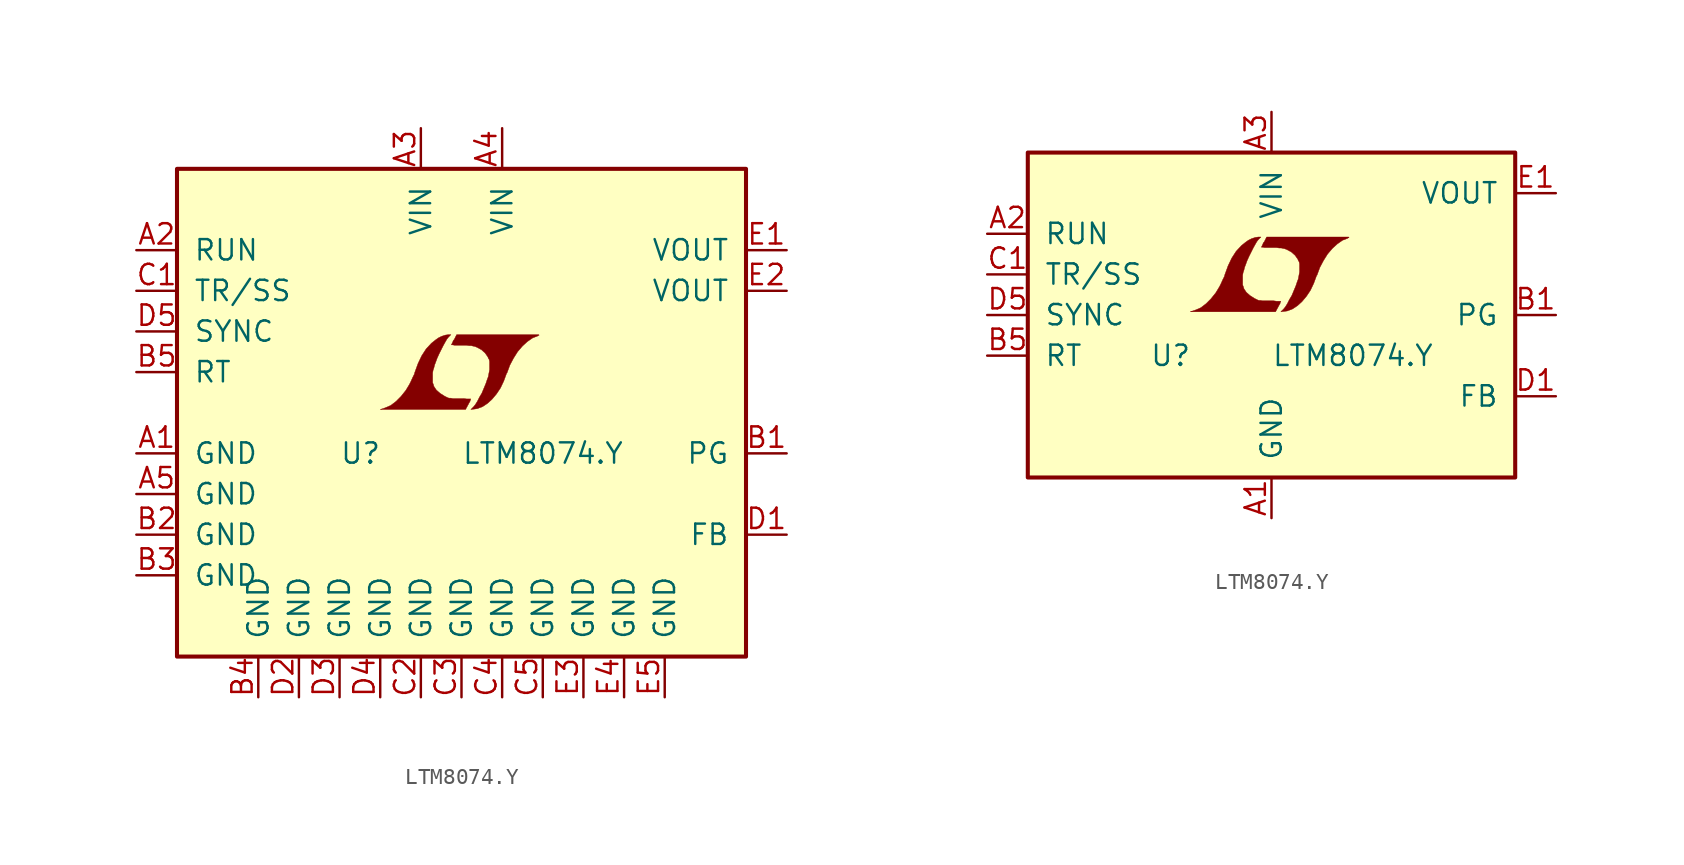
<source format=kicad_sym>
(kicad_symbol_lib
  (version 20201005)
  (generator kicad_symbol_editor)
  (symbol "LTM8074.Y"
    (pin_names
      (offset 1.016))
    (property "Reference" "U"
      (at -7.62 -2.54 0)
      (effects (font (size 1.27 1.27)) (justify left)))
    (property "Value" "LTM8074.Y"
      (at 0 -2.54 0)
      (effects (font (size 1.27 1.27)) (justify left)))
    (symbol "LTM8074.Y_0_0"
      (polyline (pts (xy 0.432 0.533) (xy 0.457 0.584) (xy 0.533 0.711) (xy 0.559 0.813) (xy 0.584 0.864) (xy 0.305 0.864) (xy 0.127 0.889) (xy -0.559 0.889) (xy -0.686 0.914) (xy -0.787 0.914) (xy -0.864 0.94) (xy -1.067 1.041) (xy -1.346 1.219) (xy -1.575 1.422) (xy -1.727 1.651) (xy -1.753 1.753) (xy -1.803 1.88) (xy -1.803 2.489) (xy -1.778 2.642) (xy -1.727 2.794) (xy -1.676 2.997) (xy -1.626 3.124) (xy -1.524 3.404) (xy -1.397 3.683) (xy -1.143 4.191) (xy -1.016 4.42) (xy -0.914 4.597) (xy -0.813 4.724) (xy -0.66 4.877) (xy -0.838 4.877) (xy -1.016 4.851) (xy -1.245 4.775) (xy -1.448 4.674) (xy -1.626 4.547) (xy -1.88 4.343) (xy -2.21 3.988) (xy -2.489 3.556) (xy -2.718 3.073) (xy -2.921 2.515) (xy -2.946 2.413) (xy -3.048 2.21) (xy -3.15 1.981) (xy -3.251 1.778) (xy -3.48 1.397) (xy -3.785 1.016) (xy -4.089 0.711) (xy -4.42 0.457) (xy -4.775 0.305) (xy -5.08 0.203) (xy 0.254 0.203) (xy 0.432 0.533)) (stroke (width 0.025)) (fill (type outline)))
      (polyline (pts (xy 0.813 0.229) (xy 0.991 0.254) (xy 1.321 0.381) (xy 1.626 0.584) (xy 1.905 0.838) (xy 2.184 1.168) (xy 2.438 1.549) (xy 2.642 1.981) (xy 2.819 2.464) (xy 2.845 2.489) (xy 3.023 2.972) (xy 3.251 3.404) (xy 3.505 3.81) (xy 3.81 4.166) (xy 4.115 4.445) (xy 4.445 4.674) (xy 4.775 4.801) (xy 4.775 4.826) (xy 4.826 4.826) (xy 4.851 4.851) (xy 4.826 4.877) (xy -0.305 4.877) (xy -0.457 4.572) (xy -0.508 4.521) (xy -0.559 4.394) (xy -0.635 4.242) (xy -0.559 4.242) (xy -0.432 4.216) (xy 0.305 4.216) (xy 0.483 4.191) (xy 0.61 4.191) (xy 0.711 4.166) (xy 0.838 4.14) (xy 0.965 4.089) (xy 1.245 3.937) (xy 1.473 3.734) (xy 1.651 3.48) (xy 1.676 3.404) (xy 1.727 3.327) (xy 1.753 3.2) (xy 1.753 2.692) (xy 1.727 2.54) (xy 1.702 2.413) (xy 1.676 2.261) (xy 1.6 2.057) (xy 1.524 1.829) (xy 1.27 1.219) (xy 1.118 0.965) (xy 0.991 0.711) (xy 0.864 0.508) (xy 0.762 0.381) (xy 0.584 0.203) (xy 0.813 0.229)) (stroke (width 0.025)) (fill (type outline))))
    (symbol "LTM8074.Y_0_1"
      (rectangle (start -17.78 15.24) (end 17.78 -15.24) (stroke (width 0.254)) (fill (type background))))
    (symbol "LTM8074.Y_0_2"
      (rectangle (start -15.24 10.16) (end 15.24 -10.16) (stroke (width 0.254)) (fill (type background))))
    (symbol "LTM8074.Y_1_1"
      (pin power_in line (at -20.32 -2.54 0) (length 2.54) (name "GND" (effects (font (size 1.27 1.27)))) (number "A1" (effects (font (size 1.27 1.27)))))
      (pin input line (at -20.32 10.16 0) (length 2.54) (name "RUN" (effects (font (size 1.27 1.27)))) (number "A2" (effects (font (size 1.27 1.27)))))
      (pin power_in line (at -2.54 17.78 270) (length 2.54) (name "VIN" (effects (font (size 1.27 1.27)))) (number "A3" (effects (font (size 1.27 1.27)))))
      (pin power_in line (at 2.54 17.78 270) (length 2.54) (name "VIN" (effects (font (size 1.27 1.27)))) (number "A4" (effects (font (size 1.27 1.27)))))
      (pin power_in line (at -20.32 -5.08 0) (length 2.54) (name "GND" (effects (font (size 1.27 1.27)))) (number "A5" (effects (font (size 1.27 1.27)))))
      (pin open_collector line (at 20.32 -2.54 180) (length 2.54) (name "PG" (effects (font (size 1.27 1.27)))) (number "B1" (effects (font (size 1.27 1.27)))))
      (pin power_in line (at -20.32 -7.62 0) (length 2.54) (name "GND" (effects (font (size 1.27 1.27)))) (number "B2" (effects (font (size 1.27 1.27)))))
      (pin power_in line (at -20.32 -10.16 0) (length 2.54) (name "GND" (effects (font (size 1.27 1.27)))) (number "B3" (effects (font (size 1.27 1.27)))))
      (pin power_in line (at -12.7 -17.78 90) (length 2.54) (name "GND" (effects (font (size 1.27 1.27)))) (number "B4" (effects (font (size 1.27 1.27)))))
      (pin passive line (at -20.32 2.54 0) (length 2.54) (name "RT" (effects (font (size 1.27 1.27)))) (number "B5" (effects (font (size 1.27 1.27)))))
      (pin passive line (at -20.32 7.62 0) (length 2.54) (name "TR/SS" (effects (font (size 1.27 1.27)))) (number "C1" (effects (font (size 1.27 1.27)))))
      (pin power_in line (at -2.54 -17.78 90) (length 2.54) (name "GND" (effects (font (size 1.27 1.27)))) (number "C2" (effects (font (size 1.27 1.27)))))
      (pin power_in line (at 0 -17.78 90) (length 2.54) (name "GND" (effects (font (size 1.27 1.27)))) (number "C3" (effects (font (size 1.27 1.27)))))
      (pin power_in line (at 2.54 -17.78 90) (length 2.54) (name "GND" (effects (font (size 1.27 1.27)))) (number "C4" (effects (font (size 1.27 1.27)))))
      (pin power_in line (at 5.08 -17.78 90) (length 2.54) (name "GND" (effects (font (size 1.27 1.27)))) (number "C5" (effects (font (size 1.27 1.27)))))
      (pin passive line (at 20.32 -7.62 180) (length 2.54) (name "FB" (effects (font (size 1.27 1.27)))) (number "D1" (effects (font (size 1.27 1.27)))))
      (pin power_in line (at -10.16 -17.78 90) (length 2.54) (name "GND" (effects (font (size 1.27 1.27)))) (number "D2" (effects (font (size 1.27 1.27)))))
      (pin power_in line (at -7.62 -17.78 90) (length 2.54) (name "GND" (effects (font (size 1.27 1.27)))) (number "D3" (effects (font (size 1.27 1.27)))))
      (pin power_in line (at -5.08 -17.78 90) (length 2.54) (name "GND" (effects (font (size 1.27 1.27)))) (number "D4" (effects (font (size 1.27 1.27)))))
      (pin input line (at -20.32 5.08 0) (length 2.54) (name "SYNC" (effects (font (size 1.27 1.27)))) (number "D5" (effects (font (size 1.27 1.27)))))
      (pin power_out line (at 20.32 10.16 180) (length 2.54) (name "VOUT" (effects (font (size 1.27 1.27)))) (number "E1" (effects (font (size 1.27 1.27)))))
      (pin passive line (at 20.32 7.62 180) (length 2.54) (name "VOUT" (effects (font (size 1.27 1.27)))) (number "E2" (effects (font (size 1.27 1.27)))))
      (pin power_in line (at 7.62 -17.78 90) (length 2.54) (name "GND" (effects (font (size 1.27 1.27)))) (number "E3" (effects (font (size 1.27 1.27)))))
      (pin power_in line (at 10.16 -17.78 90) (length 2.54) (name "GND" (effects (font (size 1.27 1.27)))) (number "E4" (effects (font (size 1.27 1.27)))))
      (pin power_in line (at 12.7 -17.78 90) (length 2.54) (name "GND" (effects (font (size 1.27 1.27)))) (number "E5" (effects (font (size 1.27 1.27))))))
    (symbol "LTM8074.Y_1_2"
      (pin power_in line (at 0 -12.7 90) (length 2.54) (name "GND" (effects (font (size 1.27 1.27)))) (number "A1" (effects (font (size 1.27 1.27)))))
      (pin input line (at -17.78 5.08 0) (length 2.54) (name "RUN" (effects (font (size 1.27 1.27)))) (number "A2" (effects (font (size 1.27 1.27)))))
      (pin power_in line (at 0 12.7 270) (length 2.54) (name "VIN" (effects (font (size 1.27 1.27)))) (number "A3" (effects (font (size 1.27 1.27)))))
      (pin passive line (at 0 12.7 270) (length 2.54) hide (name "VIN" (effects (font (size 1.27 1.27)))) (number "A4" (effects (font (size 1.27 1.27)))))
      (pin passive line (at 0 -12.7 90) (length 2.54) hide (name "GND" (effects (font (size 1.27 1.27)))) (number "A5" (effects (font (size 1.27 1.27)))))
      (pin open_collector line (at 17.78 0 180) (length 2.54) (name "PG" (effects (font (size 1.27 1.27)))) (number "B1" (effects (font (size 1.27 1.27)))))
      (pin passive line (at 0 -12.7 90) (length 2.54) hide (name "GND" (effects (font (size 1.27 1.27)))) (number "B2" (effects (font (size 1.27 1.27)))))
      (pin passive line (at 0 -12.7 90) (length 2.54) hide (name "GND" (effects (font (size 1.27 1.27)))) (number "B3" (effects (font (size 1.27 1.27)))))
      (pin passive line (at 0 -12.7 90) (length 2.54) hide (name "GND" (effects (font (size 1.27 1.27)))) (number "B4" (effects (font (size 1.27 1.27)))))
      (pin passive line (at -17.78 -2.54 0) (length 2.54) (name "RT" (effects (font (size 1.27 1.27)))) (number "B5" (effects (font (size 1.27 1.27)))))
      (pin passive line (at -17.78 2.54 0) (length 2.54) (name "TR/SS" (effects (font (size 1.27 1.27)))) (number "C1" (effects (font (size 1.27 1.27)))))
      (pin passive line (at 0 -12.7 90) (length 2.54) hide (name "GND" (effects (font (size 1.27 1.27)))) (number "C2" (effects (font (size 1.27 1.27)))))
      (pin passive line (at 0 -12.7 90) (length 2.54) hide (name "GND" (effects (font (size 1.27 1.27)))) (number "C3" (effects (font (size 1.27 1.27)))))
      (pin passive line (at 0 -12.7 90) (length 2.54) hide (name "GND" (effects (font (size 1.27 1.27)))) (number "C4" (effects (font (size 1.27 1.27)))))
      (pin passive line (at 0 -12.7 90) (length 2.54) hide (name "GND" (effects (font (size 1.27 1.27)))) (number "C5" (effects (font (size 1.27 1.27)))))
      (pin passive line (at 17.78 -5.08 180) (length 2.54) (name "FB" (effects (font (size 1.27 1.27)))) (number "D1" (effects (font (size 1.27 1.27)))))
      (pin passive line (at 0 -12.7 90) (length 2.54) hide (name "GND" (effects (font (size 1.27 1.27)))) (number "D2" (effects (font (size 1.27 1.27)))))
      (pin passive line (at 0 -12.7 90) (length 2.54) hide (name "GND" (effects (font (size 1.27 1.27)))) (number "D3" (effects (font (size 1.27 1.27)))))
      (pin passive line (at 0 -12.7 90) (length 2.54) hide (name "GND" (effects (font (size 1.27 1.27)))) (number "D4" (effects (font (size 1.27 1.27)))))
      (pin input line (at -17.78 0 0) (length 2.54) (name "SYNC" (effects (font (size 1.27 1.27)))) (number "D5" (effects (font (size 1.27 1.27)))))
      (pin power_out line (at 17.78 7.62 180) (length 2.54) (name "VOUT" (effects (font (size 1.27 1.27)))) (number "E1" (effects (font (size 1.27 1.27)))))
      (pin passive line (at 17.78 7.62 180) (length 2.54) hide (name "VOUT" (effects (font (size 1.27 1.27)))) (number "E2" (effects (font (size 1.27 1.27)))))
      (pin passive line (at 0 -12.7 90) (length 2.54) hide (name "GND" (effects (font (size 1.27 1.27)))) (number "E3" (effects (font (size 1.27 1.27)))))
      (pin passive line (at 0 -12.7 90) (length 2.54) hide (name "GND" (effects (font (size 1.27 1.27)))) (number "E4" (effects (font (size 1.27 1.27)))))
      (pin passive line (at 0 -12.7 90) (length 2.54) hide (name "GND" (effects (font (size 1.27 1.27)))) (number "E5" (effects (font (size 1.27 1.27))))))))
</source>
